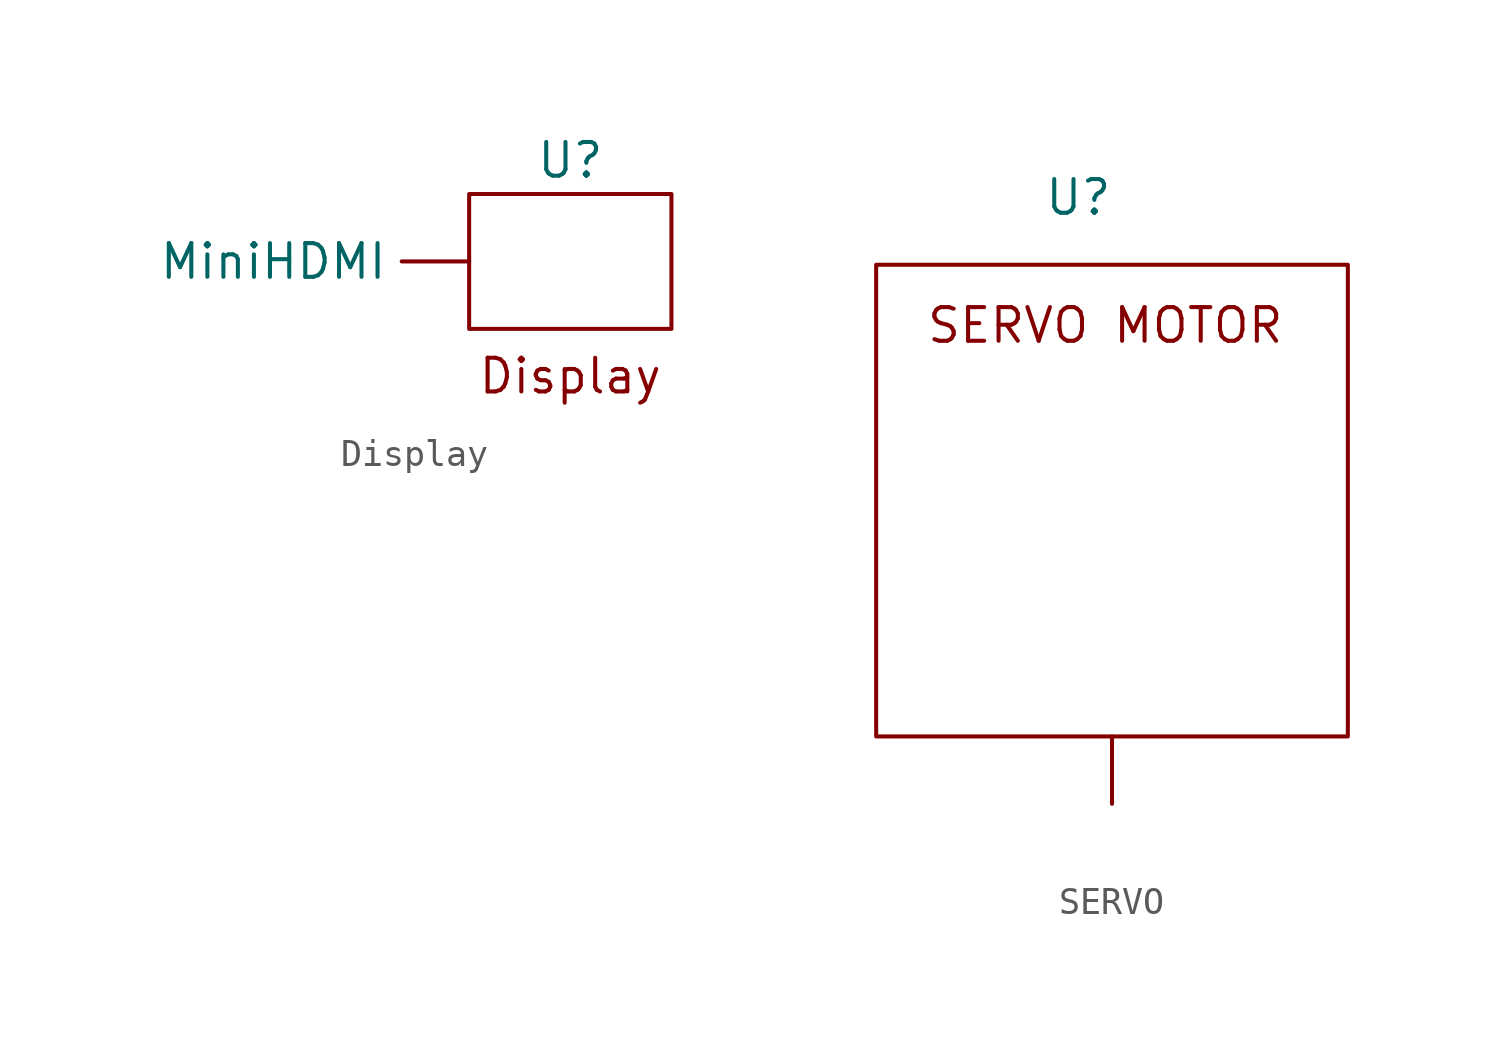
<source format=kicad_sym>
(kicad_symbol_lib
  (version 20231120)
  (generator "kicad_symbol_editor")
  (generator_version "8.0")
  (symbol "Display"
    (property "Reference" "U"
      (at 0 0 0)
      (effects (font (size 1.27 1.27))))
    (property "Value" ""
      (at 0 0 0)
      (effects (font (size 1.27 1.27))))
    (symbol "Display_0_1"
      (rectangle (start -3.81 -1.27) (end 3.81 -6.35) (stroke (width 0) (type default)) (fill (type none))))
    (symbol "Display_1_1"
      (text "Display" (at 0 -8.128 0) (effects (font (size 1.27 1.27))))
      (pin input line (at -3.81 -3.81 180) (length 2.54) (name "MiniHDMI" (effects (font (size 1.27 1.27)))) (number "" (effects (font (size 1.27 1.27)))))))
  (symbol "SERVO"
    (property "Reference" "U"
      (at 0 0 0)
      (effects (font (size 1.27 1.27))))
    (property "Value" ""
      (at 0 0 0)
      (effects (font (size 1.27 1.27))))
    (symbol "SERVO_0_1"
      (rectangle (start -7.62 -2.54) (end 10.16 -20.32) (stroke (width 0) (type default)) (fill (type none))))
    (symbol "SERVO_1_1"
      (text "SERVO MOTOR" (at 1.016 -4.826 0) (effects (font (size 1.27 1.27))))
      (pin input line (at 1.27 -22.86 90) (length 2.54) (name "" (effects (font (size 1.27 1.27)))) (number "" (effects (font (size 1.27 1.27))))))))
</source>
